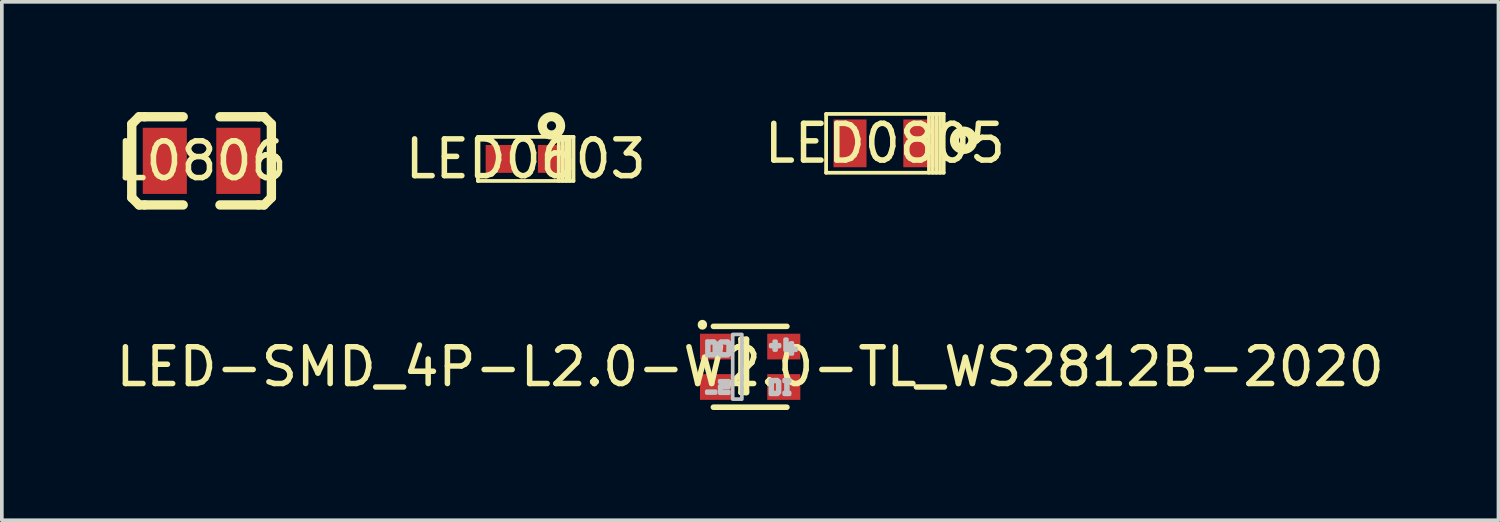
<source format=kicad_pcb>
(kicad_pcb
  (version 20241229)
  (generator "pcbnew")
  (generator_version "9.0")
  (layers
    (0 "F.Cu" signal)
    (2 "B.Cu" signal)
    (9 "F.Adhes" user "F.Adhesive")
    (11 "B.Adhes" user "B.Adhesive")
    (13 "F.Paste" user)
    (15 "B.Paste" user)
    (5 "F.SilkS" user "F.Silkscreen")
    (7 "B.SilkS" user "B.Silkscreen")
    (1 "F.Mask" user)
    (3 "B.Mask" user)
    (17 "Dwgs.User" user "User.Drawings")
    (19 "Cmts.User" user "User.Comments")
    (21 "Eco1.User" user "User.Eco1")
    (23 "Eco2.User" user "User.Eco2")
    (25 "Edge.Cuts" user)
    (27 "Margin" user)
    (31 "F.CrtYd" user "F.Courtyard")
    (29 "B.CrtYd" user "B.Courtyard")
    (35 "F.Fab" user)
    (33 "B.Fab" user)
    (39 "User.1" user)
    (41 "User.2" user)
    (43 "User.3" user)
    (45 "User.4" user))
  (footprint "L0806"
    (layer "F.Cu")
    (at 2.435 1.327)
    (property "Reference" "L0806" (at 0 0 0) (layer "F.SilkS") (effects (font (size 1 1) (thickness 0.15))))
    (fp_line (start -1.9 -1) (end -1.9 1) (stroke (width 0.254) (type default)) (layer "F.SilkS"))
    (fp_line (start -1.7 -1.2) (end -1.9 -1) (stroke (width 0.254) (type default)) (layer "F.SilkS"))
    (fp_line (start -1.7 1.2) (end -1.9 1) (stroke (width 0.254) (type default)) (layer "F.SilkS"))
    (fp_line (start -1.55 -1.2) (end -1.7 -1.2) (stroke (width 0.254) (type default)) (layer "F.SilkS"))
    (fp_line (start -1.55 1.2) (end -1.7 1.2) (stroke (width 0.254) (type default)) (layer "F.SilkS"))
    (fp_line (start -0.5 -1.2) (end -1.55 -1.2) (stroke (width 0.254) (type default)) (layer "F.SilkS"))
    (fp_line (start -0.5 1.2) (end -1.55 1.2) (stroke (width 0.254) (type default)) (layer "F.SilkS"))
    (fp_line (start 0.5 -1.2) (end 1.55 -1.2) (stroke (width 0.254) (type default)) (layer "F.SilkS"))
    (fp_line (start 0.5 1.2) (end 1.55 1.2) (stroke (width 0.254) (type default)) (layer "F.SilkS"))
    (fp_line (start 1.55 -1.2) (end 1.7 -1.2) (stroke (width 0.254) (type default)) (layer "F.SilkS"))
    (fp_line (start 1.55 1.2) (end 1.7 1.2) (stroke (width 0.254) (type default)) (layer "F.SilkS"))
    (fp_line (start 1.7 -1.2) (end 1.9 -1) (stroke (width 0.254) (type default)) (layer "F.SilkS"))
    (fp_line (start 1.7 1.2) (end 1.9 1) (stroke (width 0.254) (type default)) (layer "F.SilkS"))
    (fp_line (start 1.9 -1) (end 1.9 1) (stroke (width 0.254) (type default)) (layer "F.SilkS"))
    (fp_poly (pts (xy -1 -0.8) (xy -0.4 -0.8) (xy -0.4 0.8) (xy -1 0.8)) (stroke (width 0.1) (type default)) (fill no) (layer "User.1"))
    (fp_poly (pts (xy 1 0.8) (xy 0.4 0.8) (xy 0.4 -0.8) (xy 1 -0.8)) (stroke (width 0.1) (type default)) (fill no) (layer "User.1"))
    (fp_line (start -1 -0.8) (end 1 -0.8) (stroke (width 0.051) (type default)) (layer "User.2"))
    (fp_line (start -1 0.8) (end -1 -0.8) (stroke (width 0.051) (type default)) (layer "User.2"))
    (fp_line (start 1 -0.8) (end 1 0.8) (stroke (width 0.051) (type default)) (layer "User.2"))
    (fp_line (start 1 0.8) (end -1 0.8) (stroke (width 0.051) (type default)) (layer "User.2"))
    (fp_poly (pts (xy -0.94 0.8) (xy -0.958 0.758) (xy -1 0.74) (xy -1.042 0.758) (xy -1.06 0.8) (xy -1.042 0.842) (xy -1 0.86) (xy -0.958 0.842)) (stroke (width 0.1) (type default)) (fill no) (layer "User.3"))
    (pad "1" smd rect (at -1 0) (size 1.2 1.8) (layers "F.Cu" "F.Mask" "F.Paste"))
    (pad "2" smd rect (at 1 0) (size 1.2 1.8) (layers "F.Cu" "F.Mask" "F.Paste")))
  (footprint "LED0603"
    (layer "F.Cu")
    (at 11.256 1.274)
    (property "Reference" "LED0603" (at 0 0 0) (layer "F.SilkS") (effects (font (size 1 1) (thickness 0.15))))
    (fp_line (start -1.3 0.6) (end -1.3 -0.6) (stroke (width 0.102) (type default)) (layer "F.SilkS"))
    (fp_line (start 0.899 0.6) (end 0.899 -0.6) (stroke (width 0.102) (type default)) (layer "F.SilkS"))
    (fp_line (start 1.001 0.6) (end 1.001 -0.6) (stroke (width 0.102) (type default)) (layer "F.SilkS"))
    (fp_line (start 1.1 0.6) (end 1.1 -0.6) (stroke (width 0.102) (type default)) (layer "F.SilkS"))
    (fp_line (start 1.199 0.6) (end 1.199 -0.6) (stroke (width 0.102) (type default)) (layer "F.SilkS"))
    (fp_line (start 1.3 -0.6) (end -1.3 -0.6) (stroke (width 0.102) (type default)) (layer "F.SilkS"))
    (fp_line (start 1.3 0.6) (end -1.3 0.6) (stroke (width 0.102) (type default)) (layer "F.SilkS"))
    (fp_line (start 1.3 0.6) (end 1.3 -0.6) (stroke (width 0.102) (type default)) (layer "F.SilkS"))
    (fp_circle (center 0.7 -0.9) (end 0.95 -0.9) (stroke (width 0.249) (type default)) (fill no) (layer "F.SilkS"))
    (fp_line (start -1.3 0.6) (end -1.3 -0.6) (stroke (width 0.025) (type default)) (layer "User.1"))
    (fp_line (start 1.3 -0.6) (end -1.3 -0.6) (stroke (width 0.025) (type default)) (layer "User.1"))
    (fp_line (start 1.3 0.6) (end -1.3 0.6) (stroke (width 0.025) (type default)) (layer "User.1"))
    (fp_line (start 1.3 0.6) (end 1.3 -0.6) (stroke (width 0.025) (type default)) (layer "User.1"))
    (fp_poly (pts (xy -1.3 0.6) (xy -1.3 -0.6) (xy 1.3 -0.6) (xy 1.3 0.6)) (stroke (width 0.1) (type default)) (fill no) (layer "User.1"))
    (fp_poly (pts (xy -1.3 0.6) (xy -1.3 -0.6) (xy 1.3 -0.6) (xy 1.3 0.6)) (stroke (width 0.1) (type default)) (fill no) (layer "User.1"))
    (pad "1" smd rect (at -0.711 0 90) (size 0.759 0.759) (layers "F.Cu" "F.Mask" "F.Paste"))
    (pad "2" smd rect (at 0.711 0 90) (size 0.759 0.759) (layers "F.Cu" "F.Mask" "F.Paste")))
  (footprint "LED0805"
    (layer "F.Cu")
    (at 21.03 0.851)
    (property "Reference" "LED0805" (at 0 0 0) (layer "F.SilkS") (effects (font (size 1 1) (thickness 0.15))))
    (fp_line (start -1.6 -0.8) (end -1.6 0.8) (stroke (width 0.102) (type default)) (layer "F.SilkS"))
    (fp_line (start -1.6 -0.8) (end 1.6 -0.8) (stroke (width 0.102) (type default)) (layer "F.SilkS"))
    (fp_line (start -1.6 0.8) (end 1.6 0.8) (stroke (width 0.102) (type default)) (layer "F.SilkS"))
    (fp_line (start 1.199 -0.8) (end 1.199 0.8) (stroke (width 0.102) (type default)) (layer "F.SilkS"))
    (fp_line (start 1.3 -0.8) (end 1.3 0.8) (stroke (width 0.102) (type default)) (layer "F.SilkS"))
    (fp_line (start 1.399 -0.8) (end 1.399 0.8) (stroke (width 0.102) (type default)) (layer "F.SilkS"))
    (fp_line (start 1.501 -0.8) (end 1.501 0.8) (stroke (width 0.102) (type default)) (layer "F.SilkS"))
    (fp_line (start 1.6 -0.8) (end 1.6 0.8) (stroke (width 0.102) (type default)) (layer "F.SilkS"))
    (fp_circle (center 2.143 -0.084) (end 2.393 -0.084) (stroke (width 0.249) (type default)) (fill no) (layer "F.SilkS"))
    (fp_poly (pts (xy -1.399 0.65) (xy -1.399 -0.65) (xy -0.8 -0.65) (xy -0.5 -0.35) (xy -0.5 0.35) (xy -0.8 0.65)) (stroke (width 0) (type default)) (fill yes) (layer "F.Paste"))
    (fp_poly (pts (xy 1.399 -0.65) (xy 1.399 0.65) (xy 0.8 0.65) (xy 0.5 0.35) (xy 0.5 -0.35) (xy 0.8 -0.65)) (stroke (width 0) (type default)) (fill yes) (layer "F.Paste"))
    (fp_line (start -1.6 -0.8) (end -1.6 0.8) (stroke (width 0.025) (type default)) (layer "User.1"))
    (fp_line (start -1.6 -0.8) (end 1.6 -0.8) (stroke (width 0.025) (type default)) (layer "User.1"))
    (fp_line (start -1.6 0.8) (end 1.6 0.8) (stroke (width 0.025) (type default)) (layer "User.1"))
    (fp_line (start 1.6 -0.8) (end 1.6 0.8) (stroke (width 0.025) (type default)) (layer "User.1"))
    (fp_poly (pts (xy -1.6 0.8) (xy -1.6 -0.8) (xy 1.6 -0.8) (xy 1.6 0.8)) (stroke (width 0.1) (type default)) (fill no) (layer "User.1"))
    (fp_poly (pts (xy -1.6 0.8) (xy -1.6 -0.8) (xy 1.6 -0.8) (xy 1.6 0.8)) (stroke (width 0.1) (type default)) (fill no) (layer "User.1"))
    (pad "1" smd rect (at -0.95 0 270) (size 1.3 0.899) (layers "F.Cu" "F.Mask" "F.Paste"))
    (pad "2" smd rect (at 0.95 0 270) (size 1.3 0.899) (layers "F.Cu" "F.Mask" "F.Paste")))
  (footprint "LED-SMD_4P-L2.0-W2.0-TL_WS2812B-2020"
    (layer "F.Cu")
    (at 17.363 6.931)
    (property "Reference" "LED-SMD_4P-L2.0-W2.0-TL_WS2812B-2020" (at 0 0 0) (layer "F.SilkS") (effects (font (size 1 1) (thickness 0.15))))
    (fp_line (start -1.3 -1.15) (end -1.3 -1.138) (stroke (width 0.254) (type default)) (layer "F.SilkS"))
    (fp_line (start -1 1.1) (end 1 1.1) (stroke (width 0.152) (type default)) (layer "F.SilkS"))
    (fp_line (start -0.25 -0.75) (end -0.25 0.7) (stroke (width 0.152) (type default)) (layer "F.SilkS"))
    (fp_line (start -0.25 -0.75) (end -0.1 -0.75) (stroke (width 0.152) (type default)) (layer "F.SilkS"))
    (fp_line (start -0.1 -0.75) (end -0.1 0.65) (stroke (width 0.152) (type default)) (layer "F.SilkS"))
    (fp_line (start -0.1 0.65) (end -0.1 0.7) (stroke (width 0.152) (type default)) (layer "F.SilkS"))
    (fp_line (start -0.1 0.7) (end -0.25 0.7) (stroke (width 0.152) (type default)) (layer "F.SilkS"))
    (fp_line (start 1 -1.1) (end -1 -1.1) (stroke (width 0.152) (type default)) (layer "F.SilkS"))
    (fp_poly (pts (xy -1.18 0.665) (xy -0.94 0.665) (xy -0.94 0.715) (xy -1.18 0.715)) (stroke (width 0.1) (type default)) (fill no) (layer "Dwgs.User"))
    (fp_poly (pts (xy -0.225 -0.88) (xy -0.225 0.88) (xy -0.475 0.88) (xy -0.475 -0.88)) (stroke (width 0.1) (type default)) (fill no) (layer "Dwgs.User"))
    (fp_poly (pts (xy 0.56 -0.6) (xy 0.8 -0.6) (xy 0.8 -0.55) (xy 0.56 -0.55)) (stroke (width 0.1) (type default)) (fill no) (layer "Dwgs.User"))
    (fp_poly (pts (xy 0.655 -0.455) (xy 0.655 -0.695) (xy 0.705 -0.695) (xy 0.705 -0.455)) (stroke (width 0.1) (type default)) (fill no) (layer "Dwgs.User"))
    (fp_poly (pts (xy 0.925 0.75) (xy 0.925 0.7) (xy 0.975 0.7) (xy 0.975 0.4) (xy 0.925 0.4) (xy 0.925 0.35) (xy 1.075 0.35) (xy 1.075 0.4) (xy 1.025 0.4) (xy 1.025 0.7) (xy 1.075 0.7) (xy 1.075 0.75)) (stroke (width 0.1) (type default)) (fill no) (layer "Dwgs.User"))
    (fp_poly (pts (xy -1.175 -0.7) (xy -1.175 -0.3) (xy -1.025 -0.3) (xy -0.975 -0.3) (xy -0.925 -0.35) (xy -0.925 -0.65) (xy -0.975 -0.7) (xy -1.075 -0.7) (xy -1.075 -0.65) (xy -0.975 -0.65) (xy -0.975 -0.35) (xy -1.125 -0.35) (xy -1.125 -0.7)) (stroke (width 0.1) (type default)) (fill no) (layer "Dwgs.User"))
    (fp_poly (pts (xy 0.55 0.35) (xy 0.55 0.75) (xy 0.7 0.75) (xy 0.75 0.75) (xy 0.8 0.7) (xy 0.8 0.4) (xy 0.75 0.35) (xy 0.65 0.35) (xy 0.65 0.4) (xy 0.75 0.4) (xy 0.75 0.7) (xy 0.6 0.7) (xy 0.6 0.35)) (stroke (width 0.1) (type default)) (fill no) (layer "Dwgs.User"))
    (fp_poly (pts (xy 0.95 -0.75) (xy 0.95 -0.45) (xy 1.1 -0.45) (xy 1.1 -0.35) (xy 1.15 -0.35) (xy 1.15 -0.45) (xy 1.25 -0.45) (xy 1.25 -0.5) (xy 1.15 -0.5) (xy 1.15 -0.65) (xy 1.1 -0.65) (xy 1.1 -0.5) (xy 1 -0.5) (xy 1 -0.75)) (stroke (width 0.1) (type default)) (fill no) (layer "Dwgs.User"))
    (fp_poly (pts (xy -0.82 0.38) (xy -0.58 0.38) (xy -0.58 0.56) (xy -0.79 0.56) (xy -0.79 0.67) (xy -0.58 0.67) (xy -0.58 0.72) (xy -0.82 0.72) (xy -0.83 0.72) (xy -0.83 0.71) (xy -0.83 0.52) (xy -0.61 0.52) (xy -0.61 0.42) (xy -0.83 0.42) (xy -0.83 0.38)) (stroke (width 0.1) (type default)) (fill no) (layer "Dwgs.User"))
    (fp_poly (pts (xy -0.8 -0.7) (xy -0.85 -0.65) (xy -0.85 -0.35) (xy -0.8 -0.3) (xy -0.6 -0.3) (xy -0.55 -0.35) (xy -0.55 -0.65) (xy -0.6 -0.7) (xy -0.7 -0.7) (xy -0.7 -0.65) (xy -0.6 -0.65) (xy -0.6 -0.35) (xy -0.8 -0.35) (xy -0.8 -0.65) (xy -0.75 -0.65) (xy -0.75 -0.7)) (stroke (width 0.1) (type default)) (fill no) (layer "Dwgs.User"))
    (fp_poly (pts (xy -1 -0.2) (xy -1 -0.9) (xy -0.475 -0.9) (xy -0.475 -0.2)) (stroke (width 0.1) (type default)) (fill no) (layer "User.1"))
    (fp_poly (pts (xy -1 0.9) (xy -1 0.2) (xy -0.475 0.2) (xy -0.475 0.9)) (stroke (width 0.1) (type default)) (fill no) (layer "User.1"))
    (fp_poly (pts (xy 0.475 -0.2) (xy 0.475 -0.9) (xy 1 -0.9) (xy 1 -0.2)) (stroke (width 0.1) (type default)) (fill no) (layer "User.1"))
    (fp_poly (pts (xy 0.475 0.9) (xy 0.475 0.2) (xy 1 0.2) (xy 1 0.9)) (stroke (width 0.1) (type default)) (fill no) (layer "User.1"))
    (fp_line (start -1 -1) (end 1 -1) (stroke (width 0.051) (type default)) (layer "User.2"))
    (fp_line (start -1 1) (end -1 -1) (stroke (width 0.051) (type default)) (layer "User.2"))
    (fp_line (start 1 -1) (end 1 1) (stroke (width 0.051) (type default)) (layer "User.2"))
    (fp_line (start 1 1) (end -1 1) (stroke (width 0.051) (type default)) (layer "User.2"))
    (fp_poly (pts (xy -0.94 -1) (xy -0.958 -1.042) (xy -1 -1.06) (xy -1.042 -1.042) (xy -1.06 -1) (xy -1.042 -0.958) (xy -1 -0.94) (xy -0.958 -0.958)) (stroke (width 0.1) (type default)) (fill no) (layer "User.3"))
    (pad "1" smd rect (at -0.915 -0.55) (size 0.9 0.7) (layers "F.Cu" "F.Mask" "F.Paste"))
    (pad "2" smd rect (at -0.915 0.55) (size 0.9 0.7) (layers "F.Cu" "F.Mask" "F.Paste"))
    (pad "3" smd rect (at 0.915 0.55) (size 0.9 0.7) (layers "F.Cu" "F.Mask" "F.Paste"))
    (pad "4" smd rect (at 0.915 -0.55) (size 0.9 0.7) (layers "F.Cu" "F.Mask" "F.Paste")))
  (gr_rect
    (start -3 -3)
    (end 37.726 11.107)
    (stroke (width 0.1) (type default))
    (fill no)
    (layer "Edge.Cuts")))
</source>
